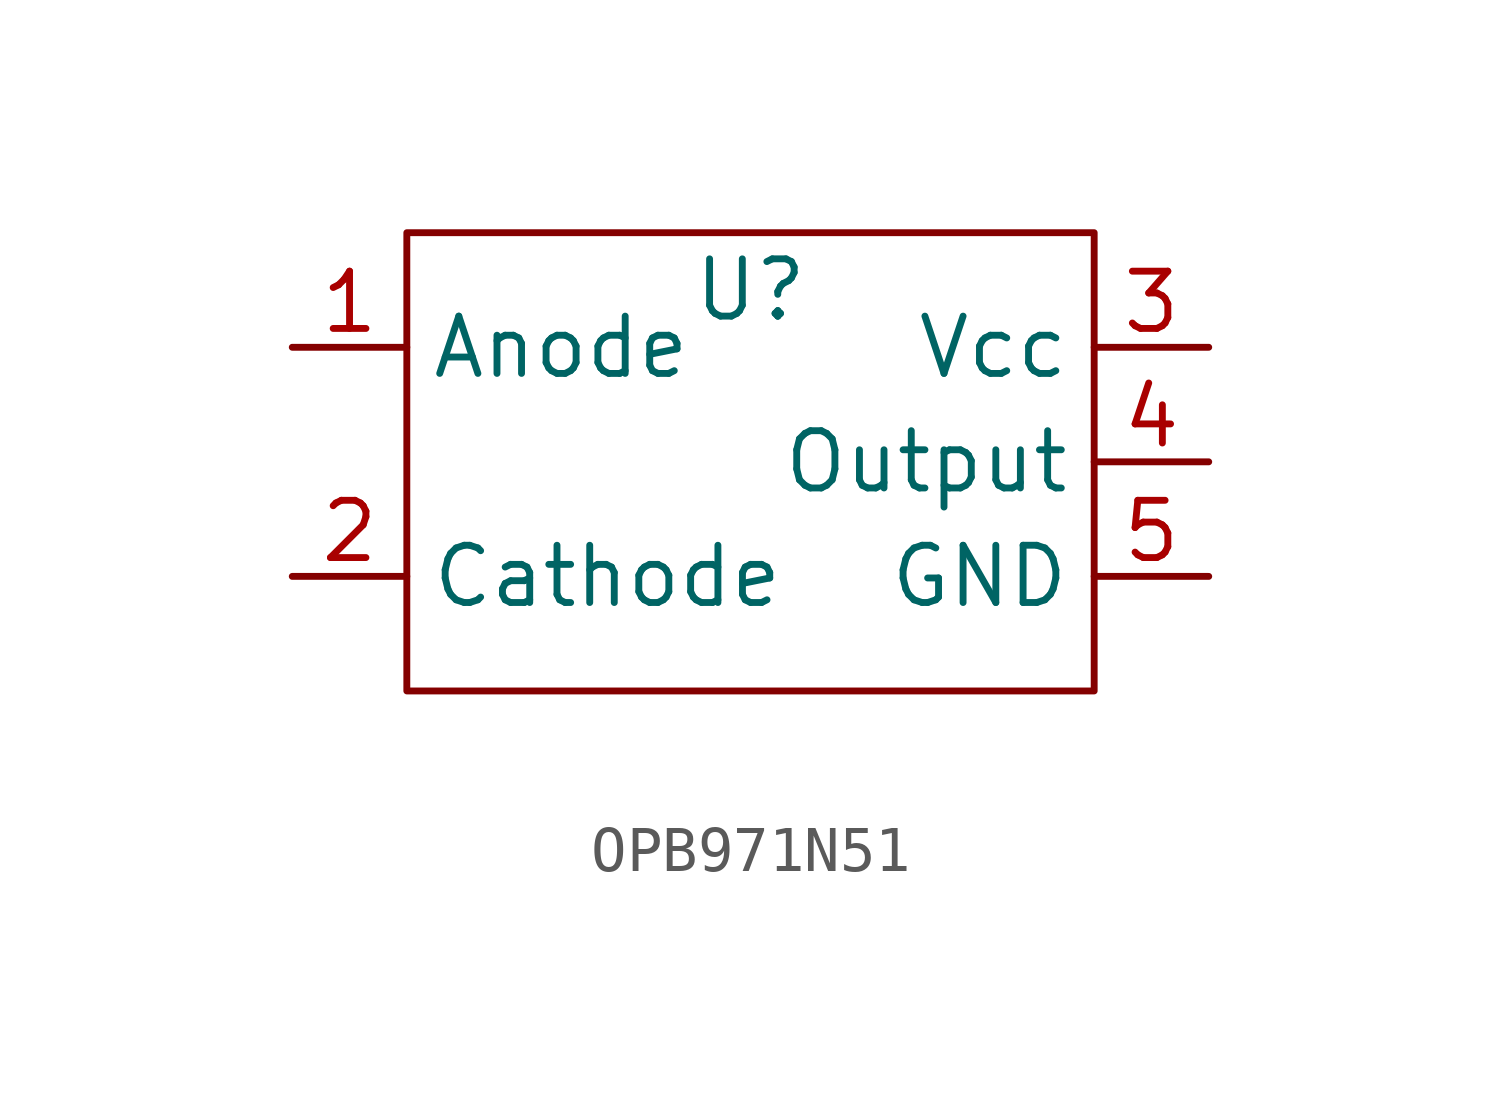
<source format=kicad_sym>
(kicad_symbol_lib
  (version 20220914)
  (generator kicad_symbol_editor)
  (symbol "OPB971N51"
    (property "Reference" "U"
      (at 0 3.81 0)
      (effects (font (size 1.27 1.27))))
    (property "Value" ""
      (at -1.27 -6.35 0)
      (effects (font (size 1.27 1.27))))
    (symbol "OPB971N51_0_1"
      (rectangle (start -7.62 5.08) (end 7.62 -5.08) (stroke (width 0) (type default)) (fill (type none))))
    (symbol "OPB971N51_1_1"
      (pin input line (at -10.16 2.54 0) (length 2.54) (name "Anode" (effects (font (size 1.27 1.27)))) (number "1" (effects (font (size 1.27 1.27)))))
      (pin input line (at -10.16 -2.54 0) (length 2.54) (name "Cathode" (effects (font (size 1.27 1.27)))) (number "2" (effects (font (size 1.27 1.27)))))
      (pin input line (at 10.16 2.54 180) (length 2.54) (name "Vcc" (effects (font (size 1.27 1.27)))) (number "3" (effects (font (size 1.27 1.27)))))
      (pin output line (at 10.16 0 180) (length 2.54) (name "Output" (effects (font (size 1.27 1.27)))) (number "4" (effects (font (size 1.27 1.27)))))
      (pin output line (at 10.16 -2.54 180) (length 2.54) (name "GND" (effects (font (size 1.27 1.27)))) (number "5" (effects (font (size 1.27 1.27))))))))
</source>
